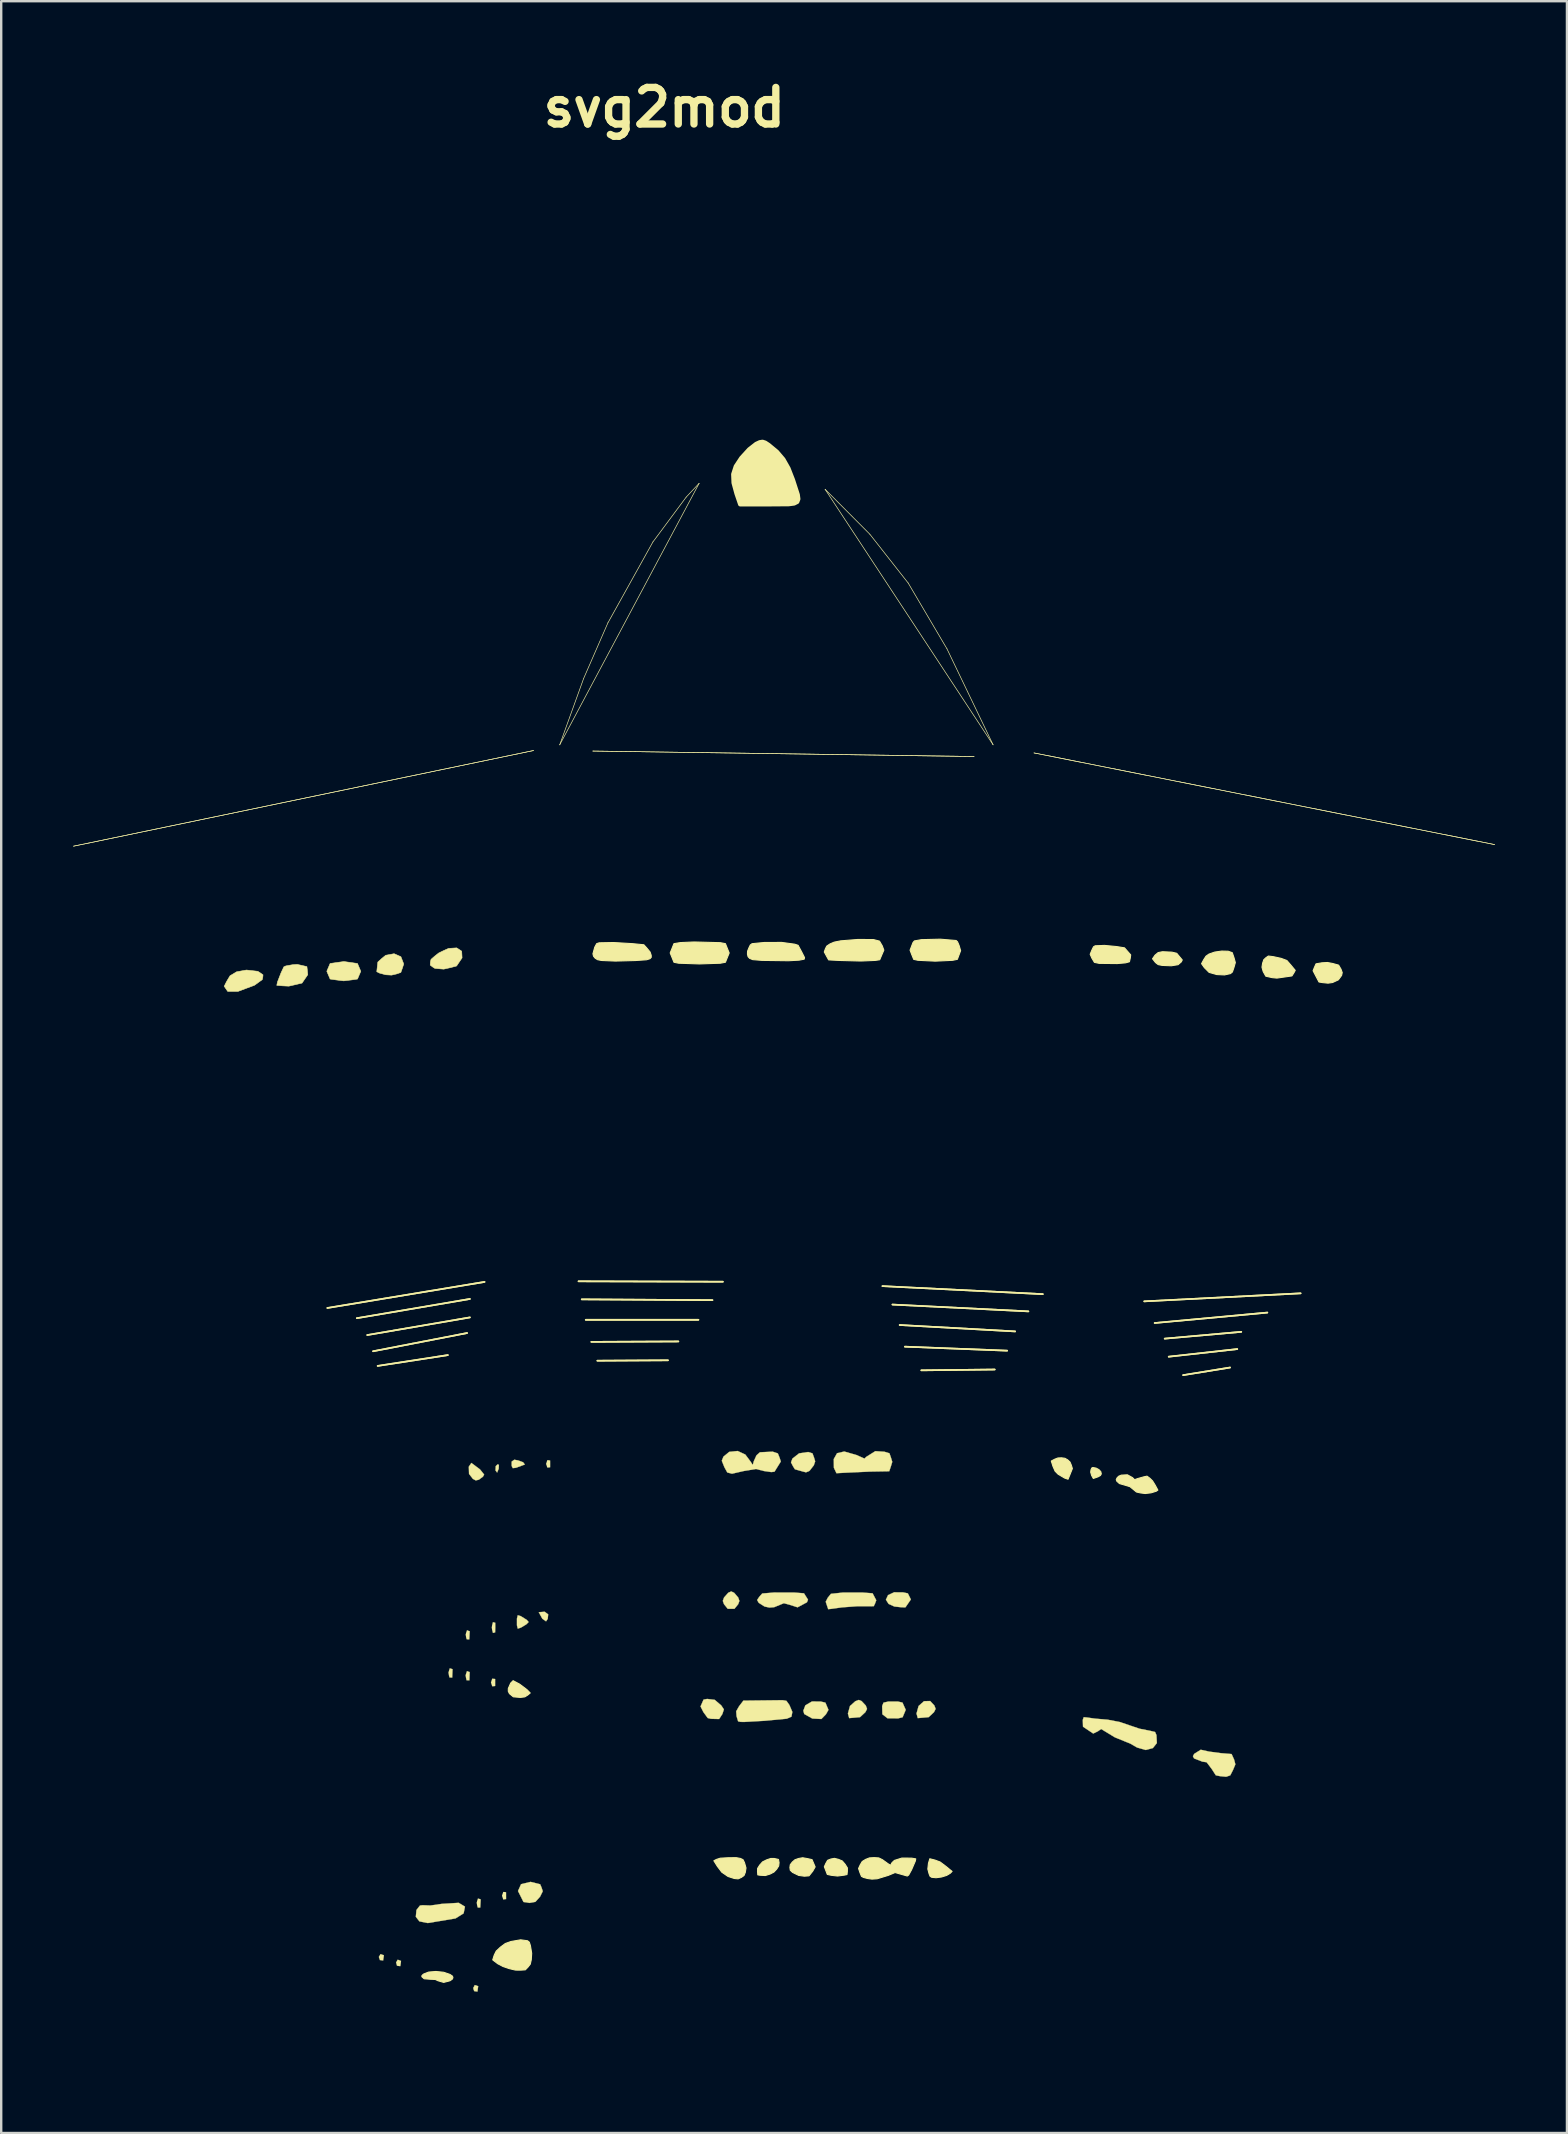
<source format=kicad_pcb>
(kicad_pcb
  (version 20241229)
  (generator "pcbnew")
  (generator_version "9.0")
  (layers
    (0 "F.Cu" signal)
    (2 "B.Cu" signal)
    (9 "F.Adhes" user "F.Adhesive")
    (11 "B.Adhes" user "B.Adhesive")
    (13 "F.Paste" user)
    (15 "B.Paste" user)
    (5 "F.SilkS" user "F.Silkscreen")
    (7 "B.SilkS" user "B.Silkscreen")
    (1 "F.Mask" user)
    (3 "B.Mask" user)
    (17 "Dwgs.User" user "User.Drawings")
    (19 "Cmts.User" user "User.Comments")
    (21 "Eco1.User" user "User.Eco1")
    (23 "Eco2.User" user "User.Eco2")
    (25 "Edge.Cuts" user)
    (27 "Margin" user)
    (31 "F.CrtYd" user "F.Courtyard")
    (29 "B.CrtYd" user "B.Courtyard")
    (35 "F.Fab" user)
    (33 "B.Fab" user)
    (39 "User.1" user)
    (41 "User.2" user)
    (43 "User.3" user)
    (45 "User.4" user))
  (footprint "svg2mod"
    (layer "F.Cu")
    (at 24.629 43.647)
    (property "Reference" "svg2mod" (at 0 -42.22 0) (layer "F.SilkS") (effects (font (size 1.524 1.524) (thickness 0.305))))
    (attr smd)
    (fp_poly (pts (xy 0.195 31.013) (xy 0.141 30.903) (xy 11.995 30.558) (xy 12.196 30.535) (xy 12.196 29.825) (xy 12.122 28.516) (xy 11.609 25.307) (xy 2.487 25.085) (xy 0.656 25.033) (xy 0.431 25.009) (xy 0.431 27.92) (xy 0.431 30.831) (xy 0.963 30.804) (xy 6.644 30.679) (xy 6.644 30.679) (xy 11.995 30.558) (xy 0.141 30.903) (xy 0.113 30.533) (xy 0.101 27.926) (xy 0.101 24.934) (xy 0.218 24.824) (xy 0.335 24.714) (xy 6.013 24.844) (xy 10.345 24.956) (xy 11.777 25.027) (xy 11.861 25.116) (xy 11.935 25.338) (xy 12.168 26.666) (xy 12.458 28.676) (xy 12.512 29.328) (xy 12.527 29.937) (xy 12.511 30.577) (xy 12.479 30.695) (xy 12.419 30.767) (xy 12.268 30.827) (xy 11.633 30.871) (xy 6.842 30.988) (xy 1.028 31.101) (xy 0.334 31.081) (xy 0.238 31.053) (xy 0.195 31.013) (xy 0.195 31.013) (xy 0.195 31.013)) (stroke (width 0.002) (type solid)) (fill yes) (layer "F.Mask"))
    (fp_poly (pts (xy 3.951 19.788) (xy 1.058 19.437) (xy 1.465 19.442) (xy 3.809 19.506) (xy 6.455 19.545) (xy 9.067 19.464) (xy 9.067 19.464) (xy 9.067 19.464) (xy 10.998 19.375) (xy 10.991 18.798) (xy 10.893 17.527) (xy 10.751 16.088) (xy 10.611 15.008) (xy 10.585 14.854) (xy 6.175 14.854) (xy 1.765 14.854) (xy 1.69 15.04) (xy 1.309 16.257) (xy 1.049 17.207) (xy 0.97 17.839) (xy 0.962 18.383) (xy 0.998 18.914) (xy 1.058 19.437) (xy 3.951 19.788) (xy 1.48 19.726) (xy 1.094 19.707) (xy 0.971 19.675) (xy 0.883 19.616) (xy 0.779 19.385) (xy 0.717 18.946) (xy 0.679 18.384) (xy 0.688 17.82) (xy 0.769 17.167) (xy 1.051 16.143) (xy 1.427 14.974) (xy 1.547 14.728) (xy 1.657 14.62) (xy 2.834 14.583) (xy 6.19 14.571) (xy 10.631 14.571) (xy 10.751 14.677) (xy 10.821 14.763) (xy 10.874 14.932) (xy 11.012 15.904) (xy 11.234 18.255) (xy 11.295 19.341) (xy 11.276 19.506) (xy 11.223 19.581) (xy 11.137 19.639) (xy 10.675 19.681) (xy 6.479 19.829) (xy 3.951 19.788) (xy 3.951 19.788) (xy 3.951 19.788)) (stroke (width 0.002) (type solid)) (fill yes) (layer "F.Mask"))
    (fp_poly (pts (xy 1.106 24.094) (xy 0.693 23.545) (xy 0.812 23.656) (xy 1.187 23.815) (xy 2.302 23.858) (xy 4.652 23.875) (xy 9.668 23.829) (xy 9.668 23.829) (xy 11.562 23.757) (xy 11.707 23.736) (xy 11.579 22.85) (xy 11.342 21.557) (xy 11.214 21.169) (xy 11.057 20.872) (xy 10.869 20.583) (xy 9.914 20.554) (xy 1.884 20.455) (xy 1.517 20.457) (xy 1.235 20.736) (xy 0.976 21.04) (xy 0.812 21.443) (xy 0.691 21.922) (xy 0.618 22.532) (xy 0.558 23.217) (xy 0.618 23.412) (xy 0.693 23.545) (xy 1.106 24.094) (xy 0.848 24.008) (xy 0.639 23.886) (xy 0.475 23.724) (xy 0.353 23.52) (xy 0.272 23.296) (xy 0.261 23.134) (xy 0.339 22.414) (xy 0.412 21.858) (xy 0.53 21.374) (xy 0.698 20.942) (xy 0.994 20.586) (xy 1.224 20.369) (xy 1.431 20.228) (xy 1.634 20.155) (xy 1.849 20.139) (xy 7.637 20.236) (xy 10.978 20.309) (xy 11.297 20.715) (xy 11.478 21.041) (xy 11.613 21.426) (xy 11.868 22.833) (xy 11.977 23.66) (xy 11.973 23.819) (xy 11.938 23.905) (xy 11.843 23.992) (xy 11.712 24.039) (xy 9.781 24.115) (xy 6.285 24.155) (xy 2.85 24.151) (xy 1.106 24.094) (xy 1.106 24.094)) (stroke (width 0.002) (type solid)) (fill yes) (layer "F.Mask"))
    (fp_poly (pts (xy 17.784 12.847) (xy 17.389 12.7) (xy 16.904 11.916) (xy 17.04 12.103) (xy 17.309 12.335) (xy 17.655 12.501) (xy 18.065 12.596) (xy 18.527 12.616) (xy 18.893 12.578) (xy 19.178 12.492) (xy 19.178 12.492) (xy 19.395 12.376) (xy 19.546 12.241) (xy 19.633 12.083) (xy 19.661 11.896) (xy 19.636 11.689) (xy 19.554 11.491) (xy 19.406 11.282) (xy 19.181 11.048) (xy 18.609 10.581) (xy 17.844 10.126) (xy 17.381 9.879) (xy 17.292 9.992) (xy 17.007 10.494) (xy 16.845 10.875) (xy 16.79 11.232) (xy 16.786 11.508) (xy 16.822 11.727) (xy 16.904 11.916) (xy 17.389 12.7) (xy 17.059 12.499) (xy 16.797 12.247) (xy 16.608 11.949) (xy 16.531 11.73) (xy 16.494 11.49) (xy 16.537 10.963) (xy 16.727 10.409) (xy 17.056 9.865) (xy 17.221 9.682) (xy 17.391 9.624) (xy 17.635 9.694) (xy 18.022 9.895) (xy 18.677 10.29) (xy 19.208 10.682) (xy 19.601 11.059) (xy 19.841 11.408) (xy 19.909 11.612) (xy 19.942 11.84) (xy 19.937 12.057) (xy 19.892 12.223) (xy 19.779 12.387) (xy 19.619 12.546) (xy 19.238 12.782) (xy 18.916 12.862) (xy 18.515 12.901) (xy 18.113 12.898) (xy 17.784 12.847) (xy 17.784 12.847)) (stroke (width 0.002) (type solid)) (fill yes) (layer "F.Mask"))
    (fp_poly (pts (xy -13.185 39.151) (xy -14.215 38.856) (xy -11.723 38.854) (xy -9.544 38.837) (xy -8.498 38.763) (xy -8.498 38.763) (xy -8.498 38.763) (xy -7.846 38.666) (xy -7.726 38.612) (xy -7.641 38.525) (xy -7.53 38.359) (xy -7.484 38.195) (xy -7.504 38.012) (xy -7.588 37.788) (xy -7.752 37.524) (xy -7.986 37.302) (xy -8.29 37.12) (xy -8.664 36.979) (xy -10.513 36.507) (xy -12.356 36.133) (xy -13.45 35.954) (xy -13.623 36.047) (xy -13.774 36.149) (xy -13.9 36.282) (xy -14.083 36.666) (xy -14.184 37.238) (xy -14.215 38.041) (xy -14.215 38.856) (xy -13.185 39.151) (xy -14.351 39.138) (xy -14.455 39.009) (xy -14.513 38.918) (xy -14.54 38.776) (xy -14.528 37.982) (xy -14.49 37.307) (xy -14.425 36.8) (xy -14.325 36.427) (xy -14.186 36.154) (xy -13.892 35.864) (xy -13.551 35.666) (xy -13.084 35.705) (xy -12.124 35.869) (xy -9.845 36.359) (xy -8.385 36.755) (xy -8.06 36.898) (xy -7.783 37.08) (xy -7.494 37.329) (xy -7.3 37.668) (xy -7.165 38.006) (xy -7.18 38.24) (xy -7.308 38.575) (xy -7.524 38.851) (xy -7.616 38.913) (xy -7.776 38.962) (xy -8.555 39.074) (xy -9.178 39.141) (xy -9.881 39.172) (xy -13.185 39.151) (xy -13.185 39.151) (xy -13.185 39.151)) (stroke (width 0.002) (type solid)) (fill yes) (layer "F.Mask"))
    (fp_poly (pts (xy -12.439 32.845) (xy -9.868 32.153) (xy -4.69 30.905) (xy -4.641 28.01) (xy -4.609 25.131) (xy -6.188 24.739) (xy -9.183 24.048) (xy -10.443 23.797) (xy -10.659 23.786) (xy -10.795 23.825) (xy -11.02 23.942) (xy -11.208 24.105) (xy -11.371 24.328) (xy -11.523 24.624) (xy -11.764 25.375) (xy -12.184 27.162) (xy -12.818 30.153) (xy -12.907 30.874) (xy -12.907 31.462) (xy -12.878 32.123) (xy -12.694 32.289) (xy -12.359 32.512) (xy -12.091 32.552) (xy -11.695 32.539) (xy -11.245 32.48) (xy -10.813 32.381) (xy -10.813 32.381) (xy -9.868 32.153) (xy -12.439 32.845) (xy -12.711 32.714) (xy -12.966 32.506) (xy -13.214 32.265) (xy -13.248 31.516) (xy -13.258 30.789) (xy -13.176 30.146) (xy -12.07 25.083) (xy -11.802 24.39) (xy -11.634 24.075) (xy -11.482 23.861) (xy -11.055 23.564) (xy -10.811 23.451) (xy -10.629 23.406) (xy -8.724 23.792) (xy -5.947 24.441) (xy -4.718 24.771) (xy -4.467 24.862) (xy -4.359 24.935) (xy -4.302 25.046) (xy -4.275 25.396) (xy -4.281 27.924) (xy -4.346 30.977) (xy -4.404 31.115) (xy -4.481 31.201) (xy -6.805 31.793) (xy -9.727 32.48) (xy -10.79 32.736) (xy -11.522 32.878) (xy -12.018 32.925) (xy -12.439 32.845) (xy -12.439 32.845)) (stroke (width 0.002) (type solid)) (fill yes) (layer "F.Mask"))
    (fp_poly (pts (xy 18.113 30.382) (xy 17.674 29.437) (xy 17.878 29.724) (xy 18.173 29.941) (xy 18.529 30.06) (xy 18.922 30.077) (xy 19.33 29.987) (xy 19.33 29.987) (xy 19.766 29.747) (xy 20.116 29.399) (xy 20.3 29.031) (xy 20.351 28.645) (xy 20.267 28.257) (xy 20.051 27.885) (xy 19.813 27.64) (xy 19.505 27.455) (xy 19.068 27.303) (xy 18.443 27.157) (xy 17.753 27.031) (xy 17.625 27.04) (xy 17.528 27.089) (xy 17.37 27.209) (xy 17.271 27.355) (xy 17.219 27.552) (xy 17.204 27.825) (xy 17.244 28.251) (xy 17.443 28.865) (xy 17.674 29.437) (xy 18.113 30.382) (xy 17.857 30.236) (xy 17.592 30.021) (xy 17.432 29.859) (xy 17.319 29.693) (xy 17.048 29.005) (xy 16.816 28.292) (xy 16.778 27.797) (xy 16.8 27.384) (xy 16.913 27.136) (xy 17.132 26.858) (xy 17.426 26.667) (xy 17.624 26.565) (xy 18.464 26.734) (xy 19.235 26.915) (xy 19.772 27.121) (xy 20.169 27.401) (xy 20.521 27.805) (xy 20.667 28.066) (xy 20.752 28.371) (xy 20.773 28.702) (xy 20.728 29.042) (xy 20.562 29.471) (xy 20.284 29.851) (xy 19.91 30.164) (xy 19.458 30.392) (xy 19.139 30.469) (xy 18.777 30.493) (xy 18.419 30.464) (xy 18.113 30.382) (xy 18.113 30.382) (xy 18.113 30.382)) (stroke (width 0.002) (type solid)) (fill yes) (layer "F.Mask"))
    (fp_poly (pts (xy -3.034 -8.26) (xy -3.501 -8.692) (xy -2.967 -8.578) (xy -2.475 -8.516) (xy -1.355 -8.486) (xy 5.085 -8.497) (xy 10.615 -8.539) (xy 12.667 -8.595) (xy 12.667 -8.595) (xy 12.713 -8.942) (xy 12.73 -9.71) (xy 12.692 -10.753) (xy 12.548 -11.772) (xy 12.368 -12.819) (xy 11.85 -13.055) (xy 11.516 -13.165) (xy 11.117 -13.252) (xy 9.924 -13.367) (xy 7.861 -13.42) (xy 4.517 -13.433) (xy 1.437 -13.425) (xy -0.402 -13.378) (xy -1.568 -13.264) (xy -2.633 -13.052) (xy -3.579 -12.836) (xy -3.696 -11.916) (xy -3.775 -11.062) (xy -3.793 -10.351) (xy -3.75 -9.75) (xy -3.646 -9.225) (xy -3.501 -8.692) (xy -3.034 -8.26) (xy -3.515 -8.39) (xy -3.747 -8.523) (xy -3.88 -8.815) (xy -4.006 -9.302) (xy -4.099 -9.865) (xy -4.136 -10.387) (xy -4.043 -11.771) (xy -3.897 -12.942) (xy -3.827 -13.039) (xy -3.649 -13.131) (xy -2.766 -13.369) (xy -1.792 -13.567) (xy -0.706 -13.683) (xy 0.923 -13.745) (xy 3.523 -13.78) (xy 8.258 -13.764) (xy 9.883 -13.701) (xy 11.053 -13.602) (xy 11.535 -13.499) (xy 12.035 -13.331) (xy 12.44 -13.141) (xy 12.64 -12.972) (xy 12.745 -12.531) (xy 12.879 -11.74) (xy 13.074 -10.158) (xy 13.086 -9.542) (xy 13.049 -8.987) (xy 12.97 -8.557) (xy 12.857 -8.317) (xy 12.787 -8.28) (xy 12.611 -8.251) (xy 11.644 -8.211) (xy 5.151 -8.165) (xy -1.457 -8.155) (xy -2.536 -8.189) (xy -3.034 -8.26) (xy -3.034 -8.26)) (stroke (width 0.003) (type solid)) (fill yes) (layer "F.Mask"))
    (fp_poly (pts (xy 5.636 13.905) (xy 8.206 13.618) (xy 9.526 13.527) (xy 9.526 13.527) (xy 9.526 13.527) (xy 10.219 13.397) (xy 10.345 13.023) (xy 10.376 12.22) (xy 10.079 11.056) (xy 9.829 10.387) (xy 9.487 9.898) (xy 8.76 9.082) (xy 8.024 8.591) (xy 7.369 8.14) (xy 6.859 7.744) (xy 6.521 7.548) (xy 6.138 7.192) (xy 5.581 6.917) (xy 5.017 6.985) (xy 4.376 7.484) (xy 3.778 7.998) (xy 3.296 8.513) (xy 2.711 9.192) (xy 2.238 9.486) (xy 1.737 9.743) (xy 1.401 10.26) (xy 1.214 10.673) (xy 1.214 11.382) (xy 1.3 12.563) (xy 1.53 13.28) (xy 2.09 13.51) (xy 3.266 13.556) (xy 5.463 13.571) (xy 8.206 13.618) (xy 5.636 13.905) (xy 3.908 13.846) (xy 3.262 13.873) (xy 2.134 13.838) (xy 1.635 13.737) (xy 1.367 13.542) (xy 1.109 13.181) (xy 0.947 12.327) (xy 0.881 11.122) (xy 1.124 10.106) (xy 1.58 9.454) (xy 2.067 9.205) (xy 2.612 8.817) (xy 3.148 8.179) (xy 3.587 7.738) (xy 4.211 7.203) (xy 4.956 6.667) (xy 5.655 6.598) (xy 6.027 6.651) (xy 6.406 7.012) (xy 7.046 7.477) (xy 7.566 7.879) (xy 8.203 8.308) (xy 8.587 8.484) (xy 8.998 8.871) (xy 9.772 9.742) (xy 10.116 10.226) (xy 10.388 10.97) (xy 10.708 12.224) (xy 10.66 13.089) (xy 10.477 13.589) (xy 10.247 13.743) (xy 8.658 13.936) (xy 5.636 13.905) (xy 5.636 13.905) (xy 5.636 13.905)) (stroke (width 0.000472) (type solid)) (fill yes) (layer "F.Mask"))
    (fp_poly (pts (xy -10.391 21.131) (xy -10.813 20.56) (xy -10.645 20.689) (xy -10.427 20.818) (xy -10.181 20.886) (xy -9.879 20.897) (xy -9.491 20.853) (xy -9.491 20.853) (xy -9.491 20.853) (xy -8.711 20.669) (xy -7.837 20.478) (xy -6.448 20.239) (xy -5.559 20.052) (xy -5.037 19.854) (xy -4.604 19.609) (xy -4.458 19.466) (xy -4.345 19.282) (xy -4.183 18.706) (xy -4.038 17.713) (xy -3.959 16.963) (xy -3.946 16.4) (xy -4.001 15.952) (xy -4.129 15.546) (xy -4.288 15.213) (xy -4.366 15.15) (xy -4.482 15.109) (xy -4.827 15.074) (xy -5.61 15.114) (xy -8.215 15.28) (xy -9.96 15.417) (xy -10.072 15.736) (xy -10.26 16.497) (xy -10.673 18.503) (xy -10.784 19.261) (xy -10.813 19.927) (xy -10.813 20.56) (xy -10.391 21.131) (xy -10.792 20.909) (xy -11.026 20.733) (xy -11.06 20.05) (xy -11.069 19.362) (xy -10.975 18.658) (xy -10.552 16.572) (xy -10.333 15.653) (xy -10.203 15.227) (xy -10.095 15.173) (xy -9.753 15.124) (xy -7.635 14.972) (xy -4.956 14.812) (xy -4.537 14.824) (xy -4.317 14.886) (xy -4.179 14.945) (xy -4.087 15.02) (xy -3.893 15.399) (xy -3.73 15.845) (xy -3.689 16.4) (xy -3.714 17.159) (xy -3.805 18.061) (xy -3.934 18.874) (xy -4.069 19.366) (xy -4.205 19.583) (xy -4.383 19.769) (xy -4.62 19.936) (xy -4.931 20.099) (xy -5.52 20.321) (xy -6.612 20.539) (xy -8.026 20.785) (xy -8.711 20.95) (xy -9.238 21.081) (xy -9.698 21.155) (xy -10.085 21.172) (xy -10.391 21.131) (xy -10.391 21.131)) (stroke (width 0.002) (type solid)) (fill yes) (layer "F.Mask"))
    (fp_poly (pts (xy 23.346 26.004) (xy 16.692 23.948) (xy 21.78 25.321) (xy 23.41 25.673) (xy 24.386 25.857) (xy 24.58 25.706) (xy 24.58 25.706) (xy 24.718 25.541) (xy 24.811 25.367) (xy 24.851 25.102) (xy 24.838 24.745) (xy 24.777 24.339) (xy 24.672 23.926) (xy 24.433 23.052) (xy 24.197 22.178) (xy 23.96 21.201) (xy 23.681 20.025) (xy 23.523 19.606) (xy 23.337 19.248) (xy 23.103 18.913) (xy 22.964 18.823) (xy 22.773 18.782) (xy 22.108 18.836) (xy 20.869 19.058) (xy 19.666 19.301) (xy 18.75 19.542) (xy 17.969 19.827) (xy 17.171 20.203) (xy 16.406 20.595) (xy 16.304 21.007) (xy 16.236 21.394) (xy 16.236 21.808) (xy 16.312 22.336) (xy 16.471 23.067) (xy 16.692 23.948) (xy 23.346 26.004) (xy 21.6 25.614) (xy 18.267 24.732) (xy 16.889 24.343) (xy 16.442 24.165) (xy 16.321 23.842) (xy 16.16 23.219) (xy 15.917 21.927) (xy 15.89 21.423) (xy 15.977 20.943) (xy 16.139 20.405) (xy 16.921 19.955) (xy 17.764 19.549) (xy 18.612 19.236) (xy 19.609 18.972) (xy 20.902 18.71) (xy 22.278 18.471) (xy 22.805 18.445) (xy 23.074 18.486) (xy 23.248 18.562) (xy 23.396 18.725) (xy 23.589 19.026) (xy 23.806 19.421) (xy 23.977 19.846) (xy 24.125 20.366) (xy 24.271 21.044) (xy 24.525 22.107) (xy 24.763 23.004) (xy 24.999 23.855) (xy 25.111 24.293) (xy 25.181 24.753) (xy 25.203 25.186) (xy 25.135 25.467) (xy 25.002 25.704) (xy 24.803 25.941) (xy 24.592 26.12) (xy 24.424 26.189) (xy 23.346 26.004) (xy 23.346 26.004)) (stroke (width 0.002) (type solid)) (fill yes) (layer "F.Mask"))
    (fp_poly (pts (xy -19.335 -7.092) (xy -19.604 -7.499) (xy -19.203 -7.342) (xy -18.872 -7.241) (xy -18.478 -7.209) (xy -17.899 -7.243) (xy -17.014 -7.346) (xy -17.014 -7.346) (xy -17.014 -7.346) (xy -12.154 -7.789) (xy -7.967 -8.158) (xy -7.883 -8.201) (xy -7.842 -8.392) (xy -7.841 -9.842) (xy -7.86 -11.496) (xy -8.094 -12.002) (xy -8.233 -12.289) (xy -8.345 -12.458) (xy -8.48 -12.561) (xy -8.687 -12.652) (xy -9.029 -12.764) (xy -9.422 -12.847) (xy -10.409 -12.925) (xy -11.745 -12.887) (xy -13.524 -12.735) (xy -15.073 -12.553) (xy -16.224 -12.349) (xy -17.149 -12.085) (xy -18.019 -11.724) (xy -18.881 -11.318) (xy -19.122 -10.906) (xy -19.399 -10.285) (xy -19.586 -9.553) (xy -19.673 -8.761) (xy -19.651 -7.961) (xy -19.604 -7.499) (xy -19.335 -7.092) (xy -19.69 -7.249) (xy -19.797 -7.332) (xy -19.868 -7.441) (xy -19.928 -7.813) (xy -19.932 -8.507) (xy -19.903 -9.325) (xy -19.807 -9.973) (xy -19.629 -10.53) (xy -19.347 -11.08) (xy -19.07 -11.55) (xy -18.168 -11.97) (xy -17.224 -12.356) (xy -16.222 -12.641) (xy -15.015 -12.856) (xy -13.457 -13.037) (xy -11.766 -13.171) (xy -10.417 -13.184) (xy -9.293 -13.133) (xy -9.001 -13.073) (xy -8.713 -12.968) (xy -8.159 -12.712) (xy -8.008 -12.492) (xy -7.829 -12.106) (xy -7.672 -11.674) (xy -7.588 -11.322) (xy -7.532 -9.5) (xy -7.538 -8.266) (xy -7.57 -8.045) (xy -7.629 -7.957) (xy -7.862 -7.886) (xy -8.261 -7.833) (xy -12.188 -7.494) (xy -16.23 -7.149) (xy -17.399 -7.012) (xy -17.974 -6.938) (xy -18.49 -6.927) (xy -18.944 -6.978) (xy -19.335 -7.092) (xy -19.335 -7.092)) (stroke (width 0.003) (type solid)) (fill yes) (layer "F.Mask"))
    (fp_poly (pts (xy 21.976 38.93) (xy 19.949 38.314) (xy 20.325 38.412) (xy 22.189 38.593) (xy 23.243 38.661) (xy 24.114 38.678) (xy 24.894 38.64) (xy 25.678 38.547) (xy 25.678 38.547) (xy 26.45 38.413) (xy 26.58 38.022) (xy 26.686 37.654) (xy 26.579 37.157) (xy 26.352 36.343) (xy 26.109 35.54) (xy 25.798 34.462) (xy 25.444 33.21) (xy 25.036 31.887) (xy 24.767 31.245) (xy 24.394 30.682) (xy 23.982 30.123) (xy 23.057 30.341) (xy 21.06 30.884) (xy 19.052 31.458) (xy 18.089 31.766) (xy 18.01 32.375) (xy 17.992 32.963) (xy 18.078 33.6) (xy 18.455 35.36) (xy 18.812 36.905) (xy 18.931 37.323) (xy 19.103 37.659) (xy 19.342 37.932) (xy 19.661 38.164) (xy 19.949 38.314) (xy 21.976 38.93) (xy 20.836 38.829) (xy 20.179 38.743) (xy 19.796 38.634) (xy 19.477 38.462) (xy 19.105 38.197) (xy 18.828 37.841) (xy 18.603 37.448) (xy 18.478 37.013) (xy 18.102 35.383) (xy 17.842 34.24) (xy 17.699 33.46) (xy 17.648 32.872) (xy 17.665 32.302) (xy 17.719 31.731) (xy 17.8 31.532) (xy 18.771 31.191) (xy 20.779 30.598) (xy 22.831 30.035) (xy 23.934 29.784) (xy 24.066 29.801) (xy 24.193 29.885) (xy 24.643 30.443) (xy 25.062 31.054) (xy 25.337 31.7) (xy 25.78 33.113) (xy 26.222 34.665) (xy 26.464 35.534) (xy 26.675 36.228) (xy 26.941 37.173) (xy 27.009 37.545) (xy 27.014 37.758) (xy 26.791 38.479) (xy 26.715 38.645) (xy 26.649 38.717) (xy 25.811 38.88) (xy 24.959 38.978) (xy 24.069 39.019) (xy 23.091 39.003) (xy 21.976 38.93) (xy 21.976 38.93)) (stroke (width 0.002) (type solid)) (fill yes) (layer "F.Mask"))
    (fp_poly (pts (xy -9.443 14.241) (xy -6.89 13.816) (xy -5.685 13.745) (xy -5.117 13.644) (xy -4.537 13.404) (xy -3.953 13.133) (xy -3.706 12.635) (xy -3.491 12.141) (xy -3.375 11.657) (xy -3.316 11.175) (xy -3.374 10.684) (xy -3.454 10.191) (xy -4.129 9.164) (xy -4.786 8.21) (xy -5.019 7.965) (xy -5.338 7.692) (xy -5.812 7.324) (xy -5.941 7.262) (xy -6.053 7.248) (xy -6.336 7.299) (xy -6.6 7.452) (xy -6.842 7.704) (xy -7.058 8.051) (xy -7.412 8.499) (xy -8.352 9.62) (xy -9.183 10.744) (xy -9.448 11.25) (xy -9.67 11.841) (xy -9.829 12.451) (xy -9.904 13.013) (xy -9.904 13.431) (xy -9.792 13.684) (xy -9.642 13.878) (xy -9.398 13.922) (xy -9.113 13.947) (xy -8.309 13.886) (xy -8.309 13.886) (xy -8.309 13.886) (xy -6.89 13.816) (xy -9.443 14.241) (xy -9.824 14.176) (xy -10.072 13.845) (xy -10.222 13.528) (xy -10.246 13.121) (xy -10.205 12.627) (xy -10.006 11.873) (xy -9.761 11.121) (xy -9.498 10.626) (xy -8.521 9.316) (xy -7.609 8.233) (xy -7.346 7.885) (xy -7.16 7.569) (xy -6.985 7.34) (xy -6.8 7.176) (xy -6.582 7.054) (xy -6.29 6.949) (xy -6.021 6.917) (xy -5.762 6.917) (xy -5.162 7.414) (xy -4.562 7.912) (xy -3.845 9.002) (xy -3.127 10.091) (xy -3.042 10.645) (xy -2.981 11.2) (xy -3.062 11.765) (xy -3.195 12.323) (xy -3.437 12.849) (xy -3.707 13.366) (xy -4.319 13.667) (xy -4.818 13.889) (xy -5.294 14.021) (xy -5.927 14.095) (xy -6.892 14.144) (xy -8.546 14.237) (xy -9.089 14.278) (xy -9.443 14.241) (xy -9.443 14.241)) (stroke (width 0.002) (type solid)) (fill yes) (layer "F.Mask"))
    (fp_poly (pts (xy 12.039 38.686) (xy 12.939 38.422) (xy 13.093 38.362) (xy 13.18 38.277) (xy 13.355 37.675) (xy 13.405 37.223) (xy 13.374 36.454) (xy 13.021 33.379) (xy 12.894 32.55) (xy 12.729 32.141) (xy 12.569 31.89) (xy 12.435 31.773) (xy 10.737 31.732) (xy 6.211 31.7) (xy 0.108 31.673) (xy 0.082 31.922) (xy -0.089 36.09) (xy -0.054 36.626) (xy 0.062 37.318) (xy 0.214 37.986) (xy 0.279 38.119) (xy 0.369 38.211) (xy 0.538 38.321) (xy 0.717 38.368) (xy 0.917 38.351) (xy 1.145 38.272) (xy 1.383 38.124) (xy 1.608 37.905) (xy 1.806 37.631) (xy 1.961 37.32) (xy 2.075 37.037) (xy 3.013 36.999) (xy 7.548 36.987) (xy 11.471 37.029) (xy 11.516 37.348) (xy 11.578 37.655) (xy 11.736 37.973) (xy 11.943 38.264) (xy 12.215 38.429) (xy 12.399 38.508) (xy 12.54 38.533) (xy 12.939 38.422) (xy 12.939 38.422) (xy 12.939 38.422) (xy 12.039 38.686) (xy 11.733 38.489) (xy 11.488 38.162) (xy 11.307 37.837) (xy 11.227 37.581) (xy 11.197 37.358) (xy 10.74 37.327) (xy 6.299 37.297) (xy 2.316 37.297) (xy 2.206 37.545) (xy 1.907 38.023) (xy 1.567 38.416) (xy 1.175 38.601) (xy 0.867 38.702) (xy 0.614 38.674) (xy 0.377 38.585) (xy 0.149 38.432) (xy -0.074 38.245) (xy -0.223 37.499) (xy -0.349 36.719) (xy -0.372 35.785) (xy -0.306 33.409) (xy -0.205 31.593) (xy -0.082 31.435) (xy 1.395 31.395) (xy 6.189 31.387) (xy 12.361 31.393) (xy 12.574 31.498) (xy 12.785 31.653) (xy 12.992 31.975) (xy 13.174 32.365) (xy 13.266 32.825) (xy 13.531 34.939) (xy 13.708 36.672) (xy 13.73 37.326) (xy 13.632 37.877) (xy 13.449 38.503) (xy 13.302 38.605) (xy 13.031 38.722) (xy 12.732 38.817) (xy 12.503 38.854) (xy 12.039 38.686) (xy 12.039 38.686)) (stroke (width 0.002) (type solid)) (fill yes) (layer "F.Mask"))
    (fp_poly (pts (xy 25.23 -7.525) (xy 18.106 -8.454) (xy 19.013 -8.35) (xy 20.887 -8.187) (xy 24.95 -7.895) (xy 28.309 -7.73) (xy 28.791 -7.748) (xy 28.908 -7.799) (xy 29.01 -7.892) (xy 29.01 -7.892) (xy 29.094 -8) (xy 29.147 -8.128) (xy 29.195 -8.585) (xy 29.183 -9.105) (xy 29.112 -9.623) (xy 29.037 -10.174) (xy 29.005 -10.772) (xy 28.986 -11.255) (xy 28.939 -11.528) (xy 28.775 -11.691) (xy 28.482 -11.868) (xy 28.125 -12.026) (xy 27.769 -12.131) (xy 26.826 -12.369) (xy 25.945 -12.557) (xy 24.588 -12.79) (xy 22.849 -13.023) (xy 20.911 -13.103) (xy 19.497 -13.123) (xy 18.626 -13.083) (xy 18.081 -12.958) (xy 17.648 -12.722) (xy 17.287 -12.42) (xy 17.173 -12.249) (xy 17.099 -12.042) (xy 17.052 -11.462) (xy 17.117 -10.555) (xy 17.2 -9.871) (xy 17.298 -9.383) (xy 17.428 -9.033) (xy 17.606 -8.76) (xy 17.769 -8.568) (xy 17.891 -8.505) (xy 18.106 -8.454) (xy 25.23 -7.525) (xy 20.72 -7.853) (xy 18.66 -8.038) (xy 17.713 -8.154) (xy 17.335 -8.543) (xy 17.123 -8.864) (xy 16.971 -9.247) (xy 16.862 -9.748) (xy 16.78 -10.426) (xy 16.713 -11.446) (xy 16.763 -12.118) (xy 16.84 -12.362) (xy 16.957 -12.567) (xy 17.117 -12.746) (xy 17.323 -12.917) (xy 17.824 -13.24) (xy 18.086 -13.341) (xy 18.401 -13.408) (xy 19.334 -13.462) (xy 20.9 -13.443) (xy 22.944 -13.367) (xy 24.685 -13.132) (xy 26.001 -12.905) (xy 26.806 -12.733) (xy 27.734 -12.498) (xy 28.209 -12.357) (xy 28.667 -12.161) (xy 29.036 -11.926) (xy 29.255 -11.66) (xy 29.352 -11.309) (xy 29.355 -10.817) (xy 29.358 -10.287) (xy 29.427 -9.782) (xy 29.561 -8.987) (xy 29.571 -8.403) (xy 29.527 -8.17) (xy 29.45 -7.964) (xy 29.189 -7.603) (xy 28.979 -7.386) (xy 28.207 -7.396) (xy 25.23 -7.525) (xy 25.23 -7.525) (xy 25.23 -7.525)) (stroke (width 0.003) (type solid)) (fill yes) (layer "F.Mask"))
    (fp_line (start -24.616 -11.442) (end -5.447 -15.428) (stroke (width 0.026) (type solid)) (layer "F.SilkS"))
    (fp_line (start -14.04 7.798) (end -7.492 6.712) (stroke (width 0.07) (type solid)) (layer "F.SilkS"))
    (fp_line (start -12.813 8.224) (end -8.102 7.422) (stroke (width 0.07) (type solid)) (layer "F.SilkS"))
    (fp_line (start -12.378 8.926) (end -8.102 8.191) (stroke (width 0.07) (type solid)) (layer "F.SilkS"))
    (fp_line (start -12.136 9.602) (end -8.219 8.842) (stroke (width 0.07) (type solid)) (layer "F.SilkS"))
    (fp_line (start -11.944 10.212) (end -9.021 9.761) (stroke (width 0.07) (type solid)) (layer "F.SilkS"))
    (fp_line (start -9.021 9.761) (end -11.944 10.212) (stroke (width 0.07) (type solid)) (layer "F.SilkS"))
    (fp_line (start -8.219 8.842) (end -12.136 9.602) (stroke (width 0.07) (type solid)) (layer "F.SilkS"))
    (fp_line (start -8.102 7.422) (end -12.813 8.224) (stroke (width 0.07) (type solid)) (layer "F.SilkS"))
    (fp_line (start -8.102 8.191) (end -12.378 8.926) (stroke (width 0.07) (type solid)) (layer "F.SilkS"))
    (fp_line (start -7.492 6.712) (end -14.04 7.798) (stroke (width 0.07) (type solid)) (layer "F.SilkS"))
    (fp_line (start -5.447 -15.428) (end -24.616 -11.442) (stroke (width 0.026) (type solid)) (layer "F.SilkS"))
    (fp_line (start -4.36 -15.663) (end -3.361 -18.433) (stroke (width 0.026) (type solid)) (layer "F.SilkS"))
    (fp_line (start -3.575 6.687) (end 2.438 6.704) (stroke (width 0.07) (type solid)) (layer "F.SilkS"))
    (fp_line (start -3.442 7.439) (end 2.004 7.472) (stroke (width 0.07) (type solid)) (layer "F.SilkS"))
    (fp_line (start -3.361 -18.433) (end -2.351 -20.747) (stroke (width 0.026) (type solid)) (layer "F.SilkS"))
    (fp_line (start -3.275 8.291) (end 1.419 8.291) (stroke (width 0.07) (type solid)) (layer "F.SilkS"))
    (fp_line (start -3.041 9.21) (end 0.584 9.193) (stroke (width 0.07) (type solid)) (layer "F.SilkS"))
    (fp_line (start -2.979 -15.405) (end 12.904 -15.177) (stroke (width 0.026) (type solid)) (layer "F.SilkS"))
    (fp_line (start -2.79 9.995) (end 0.15 9.978) (stroke (width 0.07) (type solid)) (layer "F.SilkS"))
    (fp_line (start -2.351 -20.747) (end -0.476 -24.118) (stroke (width 0.026) (type solid)) (layer "F.SilkS"))
    (fp_line (start -0.476 -24.118) (end 0.91 -25.985) (stroke (width 0.026) (type solid)) (layer "F.SilkS"))
    (fp_line (start 0.15 9.978) (end -2.79 9.995) (stroke (width 0.07) (type solid)) (layer "F.SilkS"))
    (fp_line (start 0.584 9.193) (end -3.041 9.21) (stroke (width 0.07) (type solid)) (layer "F.SilkS"))
    (fp_line (start 0.91 -25.985) (end 1.45 -26.561) (stroke (width 0.026) (type solid)) (layer "F.SilkS"))
    (fp_line (start 1.419 8.291) (end -3.275 8.291) (stroke (width 0.07) (type solid)) (layer "F.SilkS"))
    (fp_line (start 1.45 -26.561) (end -4.36 -15.663) (stroke (width 0.026) (type solid)) (layer "F.SilkS"))
    (fp_line (start 2.004 7.472) (end -3.442 7.439) (stroke (width 0.07) (type solid)) (layer "F.SilkS"))
    (fp_line (start 2.438 6.704) (end -3.575 6.687) (stroke (width 0.07) (type solid)) (layer "F.SilkS"))
    (fp_line (start 6.697 -26.313) (end 13.698 -15.664) (stroke (width 0.026) (type solid)) (layer "F.SilkS"))
    (fp_line (start 8.563 -24.438) (end 6.697 -26.313) (stroke (width 0.026) (type solid)) (layer "F.SilkS"))
    (fp_line (start 9.087 6.888) (end 15.768 7.222) (stroke (width 0.07) (type solid)) (layer "F.SilkS"))
    (fp_line (start 9.504 7.656) (end 15.167 7.94) (stroke (width 0.07) (type solid)) (layer "F.SilkS"))
    (fp_line (start 9.805 8.508) (end 14.616 8.775) (stroke (width 0.07) (type solid)) (layer "F.SilkS"))
    (fp_line (start 10.022 9.41) (end 14.282 9.577) (stroke (width 0.07) (type solid)) (layer "F.SilkS"))
    (fp_line (start 10.159 -22.406) (end 8.563 -24.438) (stroke (width 0.026) (type solid)) (layer "F.SilkS"))
    (fp_line (start 10.707 10.396) (end 13.764 10.362) (stroke (width 0.07) (type solid)) (layer "F.SilkS"))
    (fp_line (start 11.775 -19.665) (end 10.159 -22.406) (stroke (width 0.026) (type solid)) (layer "F.SilkS"))
    (fp_line (start 12.904 -15.177) (end -2.979 -15.405) (stroke (width 0.026) (type solid)) (layer "F.SilkS"))
    (fp_line (start 13.698 -15.664) (end 11.775 -19.665) (stroke (width 0.026) (type solid)) (layer "F.SilkS"))
    (fp_line (start 13.764 10.362) (end 10.707 10.396) (stroke (width 0.07) (type solid)) (layer "F.SilkS"))
    (fp_line (start 14.282 9.577) (end 10.022 9.41) (stroke (width 0.07) (type solid)) (layer "F.SilkS"))
    (fp_line (start 14.616 8.775) (end 9.805 8.508) (stroke (width 0.07) (type solid)) (layer "F.SilkS"))
    (fp_line (start 15.167 7.94) (end 9.504 7.656) (stroke (width 0.07) (type solid)) (layer "F.SilkS"))
    (fp_line (start 15.402 -15.327) (end 34.593 -11.508) (stroke (width 0.026) (type solid)) (layer "F.SilkS"))
    (fp_line (start 15.768 7.222) (end 9.087 6.888) (stroke (width 0.07) (type solid)) (layer "F.SilkS"))
    (fp_line (start 19.995 7.522) (end 26.509 7.188) (stroke (width 0.07) (type solid)) (layer "F.SilkS"))
    (fp_line (start 20.429 8.424) (end 25.123 7.99) (stroke (width 0.07) (type solid)) (layer "F.SilkS"))
    (fp_line (start 20.847 9.076) (end 24.037 8.792) (stroke (width 0.07) (type solid)) (layer "F.SilkS"))
    (fp_line (start 21.014 9.828) (end 23.87 9.51) (stroke (width 0.07) (type solid)) (layer "F.SilkS"))
    (fp_line (start 21.615 10.596) (end 23.569 10.279) (stroke (width 0.07) (type solid)) (layer "F.SilkS"))
    (fp_line (start 23.569 10.279) (end 21.615 10.596) (stroke (width 0.07) (type solid)) (layer "F.SilkS"))
    (fp_line (start 23.87 9.51) (end 21.014 9.828) (stroke (width 0.07) (type solid)) (layer "F.SilkS"))
    (fp_line (start 24.037 8.792) (end 20.847 9.076) (stroke (width 0.07) (type solid)) (layer "F.SilkS"))
    (fp_line (start 25.123 7.99) (end 20.429 8.424) (stroke (width 0.07) (type solid)) (layer "F.SilkS"))
    (fp_line (start 26.509 7.188) (end 19.995 7.522) (stroke (width 0.07) (type solid)) (layer "F.SilkS"))
    (fp_line (start 34.593 -11.508) (end 15.402 -15.327) (stroke (width 0.026) (type solid)) (layer "F.SilkS"))
    (fp_poly (pts (xy -7.034 14.566) (xy -7.024 14.387) (xy -6.948 14.315) (xy -6.894 14.333) (xy -6.902 14.496) (xy -6.967 14.655) (xy -7.034 14.566) (xy -7.034 14.566)) (stroke (width 0.012) (type solid)) (fill yes) (layer "F.SilkS"))
    (fp_poly (pts (xy -5.083 20.746) (xy -5.232 20.474) (xy -4.985 20.455) (xy -4.84 20.565) (xy -4.859 20.751) (xy -4.929 20.854) (xy -5.083 20.746) (xy -5.083 20.746)) (stroke (width 0.012) (type solid)) (fill yes) (layer "F.SilkS"))
    (fp_poly (pts (xy -6.36 14.38) (xy -6.361 14.199) (xy -6.251 14.121) (xy -6.093 14.149) (xy -5.884 14.226) (xy -5.813 14.32) (xy -6.179 14.455) (xy -6.314 14.471) (xy -6.36 14.38)) (stroke (width 0.012) (type solid)) (fill yes) (layer "F.SilkS"))
    (fp_poly (pts (xy -7.803 36.273) (xy -7.866 36.264) (xy -7.921 36.259) (xy -7.939 36.203) (xy -7.958 36.13) (xy -7.895 36.011) (xy -7.758 36.056) (xy -7.79 36.276) (xy -7.803 36.273) (xy -7.803 36.273)) (stroke (width 0.016) (type solid)) (fill yes) (layer "F.SilkS"))
    (fp_poly (pts (xy -7.172 21.229) (xy -7.195 21.112) (xy -7.149 20.886) (xy -7.093 20.896) (xy -7.037 20.908) (xy -7.036 21.112) (xy -7.041 21.318) (xy -7.148 21.34) (xy -7.172 21.229) (xy -7.172 21.229)) (stroke (width 0.001) (type solid)) (fill yes) (layer "F.SilkS"))
    (fp_poly (pts (xy -6.141 21.018) (xy -6.141 20.74) (xy -6.106 20.6) (xy -5.984 20.636) (xy -5.732 20.793) (xy -5.654 20.883) (xy -5.751 20.98) (xy -5.977 21.116) (xy -6.106 21.157) (xy -6.141 21.018)) (stroke (width 0.012) (type solid)) (fill yes) (layer "F.SilkS"))
    (fp_poly (pts (xy -11.785 34.979) (xy -11.853 34.968) (xy -11.876 34.9) (xy -11.896 34.834) (xy -11.861 34.775) (xy -11.824 34.716) (xy -11.683 34.764) (xy -11.711 34.981) (xy -11.716 34.987) (xy -11.785 34.979) (xy -11.785 34.979)) (stroke (width 0.006) (type solid)) (fill yes) (layer "F.SilkS"))
    (fp_poly (pts (xy -11.077 35.213) (xy -11.139 35.204) (xy -11.16 35.137) (xy -11.178 35.065) (xy -11.111 34.949) (xy -10.97 34.999) (xy -10.982 35.11) (xy -10.996 35.219) (xy -11.006 35.22) (xy -11.077 35.213) (xy -11.077 35.213)) (stroke (width 0.006) (type solid)) (fill yes) (layer "F.SilkS"))
    (fp_poly (pts (xy -7.977 14.918) (xy -8.137 14.711) (xy -8.146 14.41) (xy -8.04 14.254) (xy -7.68 14.524) (xy -7.508 14.738) (xy -7.557 14.826) (xy -7.726 14.951) (xy -7.856 14.983) (xy -7.977 14.918) (xy -7.977 14.918)) (stroke (width 0.012) (type solid)) (fill yes) (layer "F.SilkS"))
    (fp_poly (pts (xy 10.559 24.886) (xy 10.506 24.695) (xy 10.593 24.381) (xy 10.818 24.181) (xy 11.076 24.174) (xy 11.25 24.36) (xy 11.303 24.502) (xy 11.234 24.639) (xy 11.011 24.846) (xy 10.559 24.886) (xy 10.559 24.886)) (stroke (width 0.012) (type solid)) (fill yes) (layer "F.SilkS"))
    (fp_poly (pts (xy -8.214 23.313) (xy -8.242 23.311) (xy -8.262 23.21) (xy -8.283 23.109) (xy -8.255 23.019) (xy -8.225 22.926) (xy -8.108 22.966) (xy -8.118 23.278) (xy -8.12 23.316) (xy -8.153 23.315) (xy -8.214 23.313) (xy -8.214 23.313)) (stroke (width 0.006) (type solid)) (fill yes) (layer "F.SilkS"))
    (fp_poly (pts (xy -4.879 14.449) (xy -4.904 14.369) (xy -4.928 14.295) (xy -4.904 14.218) (xy -4.877 14.137) (xy -4.814 14.141) (xy -4.753 14.15) (xy -4.752 14.295) (xy -4.753 14.44) (xy -4.802 14.447) (xy -4.879 14.449) (xy -4.879 14.449)) (stroke (width 0.002) (type solid)) (fill yes) (layer "F.SilkS"))
    (fp_poly (pts (xy 7.701 24.886) (xy 7.648 24.695) (xy 7.735 24.381) (xy 7.959 24.181) (xy 8.097 24.129) (xy 8.218 24.175) (xy 8.392 24.361) (xy 8.445 24.502) (xy 8.376 24.639) (xy 8.152 24.846) (xy 7.701 24.886) (xy 7.701 24.886)) (stroke (width 0.012) (type solid)) (fill yes) (layer "F.SilkS"))
    (fp_poly (pts (xy -8.953 23.194) (xy -8.977 23.094) (xy -8.996 22.992) (xy -8.941 22.809) (xy -8.88 22.826) (xy -8.822 22.847) (xy -8.822 22.865) (xy -8.828 23.032) (xy -8.834 23.189) (xy -8.834 23.197) (xy -8.891 23.197) (xy -8.953 23.194) (xy -8.953 23.194)) (stroke (width 0.006) (type solid)) (fill yes) (layer "F.SilkS"))
    (fp_poly (pts (xy -8.241 21.607) (xy -8.282 21.407) (xy -8.228 21.229) (xy -8.225 21.22) (xy -8.166 21.241) (xy -8.107 21.262) (xy -8.107 21.281) (xy -8.113 21.449) (xy -8.119 21.605) (xy -8.119 21.612) (xy -8.18 21.612) (xy -8.241 21.606) (xy -8.241 21.607)) (stroke (width 0.001) (type solid)) (fill yes) (layer "F.SilkS"))
    (fp_poly (pts (xy -7.781 32.782) (xy -7.802 32.68) (xy -7.823 32.58) (xy -7.796 32.488) (xy -7.768 32.395) (xy -7.707 32.414) (xy -7.648 32.435) (xy -7.649 32.463) (xy -7.656 32.638) (xy -7.662 32.785) (xy -7.721 32.785) (xy -7.781 32.782) (xy -7.781 32.782)) (stroke (width 0.001) (type solid)) (fill yes) (layer "F.SilkS"))
    (fp_poly (pts (xy -7.186 23.516) (xy -7.212 23.435) (xy -7.223 23.402) (xy -7.197 23.321) (xy -7.17 23.24) (xy -7.057 23.255) (xy -7.047 23.257) (xy -7.047 23.402) (xy -7.047 23.548) (xy -7.104 23.556) (xy -7.166 23.564) (xy -7.186 23.516) (xy -7.186 23.516)) (stroke (width 0.006) (type solid)) (fill yes) (layer "F.SilkS"))
    (fp_poly (pts (xy -6.714 32.445) (xy -6.74 32.363) (xy -6.765 32.286) (xy -6.74 32.207) (xy -6.712 32.125) (xy -6.65 32.131) (xy -6.59 32.14) (xy -6.589 32.285) (xy -6.588 32.43) (xy -6.595 32.432) (xy -6.711 32.448) (xy -6.714 32.445) (xy -6.714 32.445)) (stroke (width 0.001) (type solid)) (fill yes) (layer "F.SilkS"))
    (fp_poly (pts (xy 2.642 20.332) (xy 2.487 20.141) (xy 2.436 20.003) (xy 2.488 19.86) (xy 2.663 19.662) (xy 2.786 19.608) (xy 2.908 19.664) (xy 3.078 19.862) (xy 3.127 20.004) (xy 3.076 20.141) (xy 2.921 20.332) (xy 2.642 20.332) (xy 2.642 20.332)) (stroke (width 0.012) (type solid)) (fill yes) (layer "F.SilkS"))
    (fp_poly (pts (xy 6.164 24.903) (xy 5.829 24.715) (xy 5.79 24.578) (xy 5.876 24.353) (xy 6.151 24.193) (xy 6.517 24.196) (xy 6.711 24.242) (xy 6.774 24.392) (xy 6.838 24.542) (xy 6.734 24.726) (xy 6.543 24.923) (xy 6.164 24.903) (xy 6.164 24.903)) (stroke (width 0.012) (type solid)) (fill yes) (layer "F.SilkS"))
    (fp_poly (pts (xy -10.206 33.354) (xy -10.354 33.162) (xy -10.328 32.88) (xy -10.182 32.695) (xy -10.071 32.681) (xy -9.749 32.693) (xy -9.278 32.626) (xy -8.57 32.582) (xy -8.307 32.74) (xy -8.362 33.02) (xy -8.7 33.232) (xy -9.856 33.424) (xy -10.206 33.354) (xy -10.206 33.354)) (stroke (width 0.012) (type solid)) (fill yes) (layer "F.SilkS"))
    (fp_poly (pts (xy -6.291 23.999) (xy -6.453 23.867) (xy -6.502 23.767) (xy -6.5 23.65) (xy -6.402 23.428) (xy -6.301 23.327) (xy -6.032 23.469) (xy -5.725 23.7) (xy -5.588 23.839) (xy -5.693 23.926) (xy -5.813 24.001) (xy -5.996 24.024) (xy -6.291 23.999) (xy -6.291 23.999)) (stroke (width 0.045) (type solid)) (fill yes) (layer "F.SilkS"))
    (fp_poly (pts (xy 0.593 -6.566) (xy 0.401 -6.605) (xy 0.244 -6.993) (xy 0.4 -7.381) (xy 0.673 -7.426) (xy 1.238 -7.451) (xy 2.329 -7.422) (xy 2.545 -7.381) (xy 2.701 -6.993) (xy 2.545 -6.606) (xy 2.329 -6.565) (xy 1.46 -6.536) (xy 0.593 -6.566) (xy 0.593 -6.566)) (stroke (width 0.045) (type solid)) (fill yes) (layer "F.SilkS"))
    (fp_poly (pts (xy 1.943 24.915) (xy 1.807 24.882) (xy 1.625 24.633) (xy 1.508 24.4) (xy 1.571 24.258) (xy 1.633 24.115) (xy 1.784 24.087) (xy 2.097 24.124) (xy 2.37 24.356) (xy 2.481 24.523) (xy 2.418 24.716) (xy 2.282 24.924) (xy 1.943 24.915) (xy 1.943 24.915)) (stroke (width 0.012) (type solid)) (fill yes) (layer "F.SilkS"))
    (fp_poly (pts (xy 9.301 24.895) (xy 9.084 24.726) (xy 9.075 24.382) (xy 9.131 24.242) (xy 9.333 24.196) (xy 9.729 24.195) (xy 9.922 24.239) (xy 9.989 24.39) (xy 10.057 24.541) (xy 9.992 24.696) (xy 9.927 24.851) (xy 9.75 24.894) (xy 9.301 24.895) (xy 9.301 24.895)) (stroke (width 0.012) (type solid)) (fill yes) (layer "F.SilkS"))
    (fp_poly (pts (xy 9.585 20.237) (xy 9.343 20.128) (xy 9.231 19.952) (xy 9.32 19.762) (xy 9.573 19.644) (xy 9.942 19.646) (xy 10.146 19.688) (xy 10.208 19.815) (xy 10.271 19.942) (xy 10.158 20.106) (xy 10.046 20.27) (xy 9.88 20.268) (xy 9.585 20.237) (xy 9.585 20.237)) (stroke (width 0.012) (type solid)) (fill yes) (layer "F.SilkS"))
    (fp_poly (pts (xy 17.801 14.773) (xy 17.763 14.638) (xy 17.777 14.537) (xy 17.809 14.465) (xy 17.853 14.445) (xy 17.989 14.47) (xy 18.107 14.534) (xy 18.186 14.62) (xy 18.205 14.712) (xy 18.169 14.777) (xy 18.067 14.834) (xy 17.873 14.901) (xy 17.801 14.773) (xy 17.801 14.773)) (stroke (width 0.045) (type solid)) (fill yes) (layer "F.SilkS"))
    (fp_poly (pts (xy 5.658 14.581) (xy 5.438 14.518) (xy 5.358 14.388) (xy 5.277 14.232) (xy 5.336 14.074) (xy 5.613 13.856) (xy 5.991 13.799) (xy 6.172 13.855) (xy 6.238 14.034) (xy 6.284 14.188) (xy 6.228 14.353) (xy 6.049 14.583) (xy 5.902 14.646) (xy 5.658 14.581) (xy 5.658 14.581)) (stroke (width 0.012) (type solid)) (fill yes) (layer "F.SilkS"))
    (fp_poly (pts (xy 11.141 31.519) (xy 11.072 31.477) (xy 11.029 31.369) (xy 10.978 31.174) (xy 11.004 30.933) (xy 11.06 30.746) (xy 11.28 30.802) (xy 11.492 30.882) (xy 11.736 31.066) (xy 11.988 31.273) (xy 11.909 31.352) (xy 11.761 31.44) (xy 11.547 31.506) (xy 11.322 31.536) (xy 11.141 31.519)) (stroke (width 0.045) (type solid)) (fill yes) (layer "F.SilkS"))
    (fp_poly (pts (xy 3.171 25.042) (xy 3.074 25.021) (xy 3.009 24.807) (xy 2.993 24.603) (xy 3.114 24.391) (xy 3.293 24.158) (xy 4.931 24.139) (xy 5.085 24.165) (xy 5.209 24.337) (xy 5.333 24.628) (xy 5.297 24.825) (xy 5.104 24.91) (xy 4.187 24.997) (xy 3.337 25.045) (xy 3.171 25.043) (xy 3.171 25.042)) (stroke (width 0.012) (type solid)) (fill yes) (layer "F.SilkS"))
    (fp_poly (pts (xy 6.775 20.193) (xy 6.724 20.038) (xy 6.807 19.873) (xy 6.941 19.708) (xy 7.447 19.654) (xy 8.249 19.654) (xy 8.676 19.686) (xy 8.829 19.975) (xy 8.777 20.116) (xy 8.725 20.223) (xy 8.523 20.227) (xy 8.026 20.226) (xy 7.4 20.272) (xy 6.948 20.335) (xy 6.827 20.347) (xy 6.775 20.193)) (stroke (width 0.012) (type solid)) (fill yes) (layer "F.SilkS"))
    (fp_poly (pts (xy 16.679 14.885) (xy 16.407 14.725) (xy 16.281 14.598) (xy 16.193 14.399) (xy 16.122 14.175) (xy 16.261 14.101) (xy 16.395 14.048) (xy 16.544 14.041) (xy 16.689 14.06) (xy 16.805 14.127) (xy 16.902 14.218) (xy 16.957 14.348) (xy 17 14.489) (xy 16.912 14.709) (xy 16.82 14.933) (xy 16.679 14.885)) (stroke (width 0.045) (type solid)) (fill yes) (layer "F.SilkS"))
    (fp_poly (pts (xy 20.744 -6.474) (xy 20.576 -6.508) (xy 20.465 -6.592) (xy 20.34 -6.751) (xy 20.442 -6.899) (xy 20.574 -7.009) (xy 20.757 -7.045) (xy 21.146 -7.027) (xy 21.348 -6.979) (xy 21.466 -6.836) (xy 21.578 -6.703) (xy 21.54 -6.623) (xy 21.403 -6.504) (xy 21.119 -6.459) (xy 20.744 -6.474) (xy 20.744 -6.474)) (stroke (width 0.045) (type solid)) (fill yes) (layer "F.SilkS"))
    (fp_poly (pts (xy -13.672 -5.869) (xy -13.925 -5.906) (xy -13.994 -6.068) (xy -14.063 -6.231) (xy -13.994 -6.393) (xy -13.925 -6.555) (xy -13.638 -6.596) (xy -13.351 -6.636) (xy -13.068 -6.596) (xy -12.785 -6.555) (xy -12.716 -6.392) (xy -12.647 -6.229) (xy -12.716 -6.068) (xy -12.785 -5.906) (xy -13.043 -5.868) (xy -13.36 -5.831) (xy -13.672 -5.869)) (stroke (width 0.022) (type solid)) (fill yes) (layer "F.SilkS"))
    (fp_poly (pts (xy -11.61 -6.085) (xy -11.869 -6.155) (xy -11.982 -6.213) (xy -11.937 -6.615) (xy -11.768 -6.768) (xy -11.609 -6.897) (xy -11.434 -6.929) (xy -11.259 -6.962) (xy -11.118 -6.9) (xy -10.977 -6.838) (xy -10.917 -6.686) (xy -10.858 -6.533) (xy -10.915 -6.361) (xy -10.979 -6.18) (xy -11.161 -6.118) (xy -11.366 -6.07) (xy -11.61 -6.085)) (stroke (width 0.022) (type solid)) (fill yes) (layer "F.SilkS"))
    (fp_poly (pts (xy -5.619 32.586) (xy -5.756 32.562) (xy -5.868 32.547) (xy -5.982 32.318) (xy -6.097 32.09) (xy -6.033 31.948) (xy -5.97 31.806) (xy -5.771 31.757) (xy -5.572 31.709) (xy -5.374 31.758) (xy -5.175 31.808) (xy -5.12 31.934) (xy -5.065 32.098) (xy -5.178 32.326) (xy -5.372 32.541) (xy -5.619 32.586) (xy -5.619 32.586)) (stroke (width 0.012) (type solid)) (fill yes) (layer "F.SilkS"))
    (fp_poly (pts (xy 3.989 31.433) (xy 3.894 31.418) (xy 3.882 31.284) (xy 3.886 31.148) (xy 3.975 31.007) (xy 4.092 30.876) (xy 4.263 30.791) (xy 4.437 30.733) (xy 4.572 30.733) (xy 4.756 30.774) (xy 4.78 30.909) (xy 4.764 31.045) (xy 4.68 31.178) (xy 4.566 31.299) (xy 4.408 31.382) (xy 4.205 31.445) (xy 3.989 31.433)) (stroke (width 0.045) (type solid)) (fill yes) (layer "F.SilkS"))
    (fp_poly (pts (xy 18.12 -6.559) (xy 17.919 -6.601) (xy 17.811 -6.781) (xy 17.742 -6.939) (xy 17.811 -7.108) (xy 17.88 -7.249) (xy 17.95 -7.292) (xy 18.338 -7.308) (xy 18.844 -7.26) (xy 19.172 -7.207) (xy 19.301 -7.06) (xy 19.43 -6.913) (xy 19.414 -6.786) (xy 19.378 -6.626) (xy 19.214 -6.581) (xy 18.866 -6.551) (xy 18.12 -6.559)) (stroke (width 0.045) (type solid)) (fill yes) (layer "F.SilkS"))
    (fp_poly (pts (xy -15.904 -5.623) (xy -16.148 -5.643) (xy -16.117 -5.788) (xy -15.967 -6.173) (xy -15.852 -6.417) (xy -15.769 -6.453) (xy -15.491 -6.503) (xy -15.296 -6.517) (xy -15.096 -6.472) (xy -14.892 -6.425) (xy -14.872 -6.255) (xy -14.856 -6.088) (xy -14.976 -5.913) (xy -15.096 -5.738) (xy -15.362 -5.675) (xy -15.646 -5.61) (xy -15.904 -5.623) (xy -15.904 -5.623)) (stroke (width 0.022) (type solid)) (fill yes) (layer "F.SilkS"))
    (fp_poly (pts (xy -9.428 35.829) (xy -9.543 35.775) (xy -9.761 35.765) (xy -10.006 35.746) (xy -10.103 35.66) (xy -10.1 35.614) (xy -10.036 35.552) (xy -9.822 35.467) (xy -9.517 35.442) (xy -9.195 35.475) (xy -8.934 35.564) (xy -8.826 35.638) (xy -8.808 35.703) (xy -8.839 35.766) (xy -8.934 35.83) (xy -9.193 35.897) (xy -9.428 35.829) (xy -9.428 35.829)) (stroke (width 0.045) (type solid)) (fill yes) (layer "F.SilkS"))
    (fp_poly (pts (xy 2.914 31.568) (xy 2.654 31.484) (xy 2.393 31.305) (xy 2.208 31.06) (xy 2.063 30.829) (xy 2.175 30.772) (xy 2.331 30.722) (xy 2.668 30.703) (xy 2.999 30.701) (xy 3.169 30.732) (xy 3.279 30.785) (xy 3.339 30.906) (xy 3.402 31.129) (xy 3.373 31.316) (xy 3.319 31.445) (xy 3.211 31.521) (xy 3.074 31.583) (xy 2.914 31.568)) (stroke (width 0.045) (type solid)) (fill yes) (layer "F.SilkS"))
    (fp_poly (pts (xy 4.373 20.279) (xy 4.175 20.237) (xy 3.932 20.082) (xy 3.866 19.965) (xy 3.953 19.835) (xy 4.078 19.694) (xy 4.553 19.655) (xy 5.402 19.654) (xy 5.818 19.686) (xy 5.904 19.822) (xy 5.986 19.952) (xy 5.942 20.06) (xy 5.551 20.27) (xy 5.215 20.162) (xy 4.979 20.099) (xy 4.574 20.265) (xy 4.373 20.28) (xy 4.373 20.279)) (stroke (width 0.012) (type solid)) (fill yes) (layer "F.SilkS"))
    (fp_poly (pts (xy 5.599 31.44) (xy 5.346 31.318) (xy 5.247 31.225) (xy 5.231 31.111) (xy 5.247 30.995) (xy 5.33 30.885) (xy 5.441 30.788) (xy 5.595 30.734) (xy 5.765 30.704) (xy 5.958 30.738) (xy 6.155 30.783) (xy 6.219 30.934) (xy 6.283 31.085) (xy 6.182 31.264) (xy 6.027 31.457) (xy 5.834 31.472) (xy 5.599 31.44) (xy 5.599 31.44)) (stroke (width 0.045) (type solid)) (fill yes) (layer "F.SilkS"))
    (fp_poly (pts (xy 6.96 31.436) (xy 6.789 31.398) (xy 6.728 31.238) (xy 6.666 31.078) (xy 6.729 30.938) (xy 6.803 30.81) (xy 6.937 30.757) (xy 7.085 30.729) (xy 7.252 30.77) (xy 7.414 30.838) (xy 7.532 30.976) (xy 7.626 31.127) (xy 7.626 31.266) (xy 7.61 31.404) (xy 7.489 31.43) (xy 7.215 31.465) (xy 6.96 31.436) (xy 6.96 31.436)) (stroke (width 0.045) (type solid)) (fill yes) (layer "F.SilkS"))
    (fp_poly (pts (xy 10.572 -6.686) (xy 10.39 -6.726) (xy 10.31 -6.921) (xy 10.238 -7.109) (xy 10.312 -7.303) (xy 10.362 -7.43) (xy 10.418 -7.495) (xy 10.714 -7.548) (xy 11.499 -7.567) (xy 12.158 -7.512) (xy 12.214 -7.46) (xy 12.28 -7.307) (xy 12.344 -7.089) (xy 12.208 -6.727) (xy 12.006 -6.686) (xy 11.287 -6.652) (xy 10.572 -6.687) (xy 10.572 -6.686)) (stroke (width 0.045) (type solid)) (fill yes) (layer "F.SilkS"))
    (fp_poly (pts (xy 23.017 -6.093) (xy 22.697 -6.184) (xy 22.5 -6.381) (xy 22.383 -6.547) (xy 22.471 -6.711) (xy 22.566 -6.858) (xy 22.688 -6.945) (xy 22.931 -7.03) (xy 23.224 -7.072) (xy 23.492 -7.065) (xy 23.662 -7.005) (xy 23.736 -6.79) (xy 23.79 -6.592) (xy 23.731 -6.384) (xy 23.668 -6.201) (xy 23.587 -6.133) (xy 23.339 -6.078) (xy 23.017 -6.093)) (stroke (width 0.045) (type solid)) (fill yes) (layer "F.SilkS"))
    (fp_poly (pts (xy 25.321 -5.966) (xy 25.059 -6.025) (xy 24.95 -6.22) (xy 24.9 -6.4) (xy 24.926 -6.565) (xy 24.975 -6.712) (xy 25.065 -6.796) (xy 25.166 -6.865) (xy 25.373 -6.839) (xy 25.695 -6.769) (xy 25.937 -6.679) (xy 26.123 -6.465) (xy 26.286 -6.268) (xy 26.228 -6.162) (xy 26.147 -6.036) (xy 25.522 -5.946) (xy 25.321 -5.966) (xy 25.321 -5.966)) (stroke (width 0.045) (type solid)) (fill yes) (layer "F.SilkS"))
    (fp_poly (pts (xy 27.419 -5.759) (xy 27.274 -5.783) (xy 27.151 -6.017) (xy 27.029 -6.252) (xy 27.082 -6.386) (xy 27.151 -6.54) (xy 27.397 -6.583) (xy 27.625 -6.596) (xy 27.844 -6.555) (xy 28.093 -6.486) (xy 28.191 -6.32) (xy 28.243 -6.176) (xy 28.218 -6.058) (xy 28.082 -5.873) (xy 27.84 -5.762) (xy 27.652 -5.735) (xy 27.419 -5.759) (xy 27.419 -5.759)) (stroke (width 0.045) (type solid)) (fill yes) (layer "F.SilkS"))
    (fp_poly (pts (xy 4.081 -6.683) (xy 3.684 -6.715) (xy 3.553 -6.769) (xy 3.488 -6.839) (xy 3.463 -6.943) (xy 3.467 -7.066) (xy 3.529 -7.219) (xy 3.582 -7.326) (xy 3.656 -7.38) (xy 4.166 -7.43) (xy 4.895 -7.432) (xy 5.43 -7.359) (xy 5.573 -7.312) (xy 5.721 -7.038) (xy 5.841 -6.801) (xy 5.827 -6.734) (xy 5.613 -6.693) (xy 5.175 -6.669) (xy 4.081 -6.683)) (stroke (width 0.045) (type solid)) (fill yes) (layer "F.SilkS"))
    (fp_poly (pts (xy 7.171 14.682) (xy 7.064 14.457) (xy 7.059 14.093) (xy 7.196 13.849) (xy 7.496 13.779) (xy 8.005 13.925) (xy 8.34 14.073) (xy 8.41 14.003) (xy 8.79 13.764) (xy 9.17 13.788) (xy 9.379 13.853) (xy 9.443 14.037) (xy 9.496 14.21) (xy 9.438 14.399) (xy 9.37 14.601) (xy 8.575 14.615) (xy 7.513 14.663) (xy 7.171 14.682) (xy 7.171 14.682)) (stroke (width 0.012) (type solid)) (fill yes) (layer "F.SilkS"))
    (fp_poly (pts (xy 23.157 27.305) (xy 22.977 27.27) (xy 22.805 27.003) (xy 22.594 26.725) (xy 22.415 26.699) (xy 22.07 26.565) (xy 22.023 26.472) (xy 22.077 26.375) (xy 22.348 26.204) (xy 22.696 26.281) (xy 23.185 26.346) (xy 23.634 26.383) (xy 23.739 26.615) (xy 23.791 26.812) (xy 23.692 27.049) (xy 23.578 27.271) (xy 23.407 27.329) (xy 23.157 27.305) (xy 23.157 27.305)) (stroke (width 0.012) (type solid)) (fill yes) (layer "F.SilkS"))
    (fp_poly (pts (xy 7.283 -6.681) (xy 6.845 -6.704) (xy 6.754 -6.869) (xy 6.664 -7.034) (xy 6.707 -7.159) (xy 6.766 -7.278) (xy 6.899 -7.368) (xy 7.077 -7.444) (xy 7.349 -7.498) (xy 8.066 -7.556) (xy 8.715 -7.551) (xy 8.964 -7.486) (xy 9.08 -7.289) (xy 9.145 -7.111) (xy 9.059 -6.911) (xy 8.973 -6.71) (xy 8.784 -6.682) (xy 8.185 -6.657) (xy 7.283 -6.681) (xy 7.283 -6.681)) (stroke (width 0.045) (type solid)) (fill yes) (layer "F.SilkS"))
    (fp_poly (pts (xy -18.265 -5.498) (xy -18.339 -5.605) (xy -18.233 -5.814) (xy -18.095 -6.043) (xy -17.943 -6.134) (xy -17.825 -6.207) (xy -17.618 -6.245) (xy -17.411 -6.282) (xy -17.175 -6.256) (xy -16.939 -6.229) (xy -16.845 -6.17) (xy -16.721 -6.083) (xy -16.73 -5.982) (xy -16.752 -5.882) (xy -16.916 -5.764) (xy -17.081 -5.645) (xy -17.421 -5.519) (xy -17.761 -5.392) (xy -17.977 -5.392) (xy -18.192 -5.392) (xy -18.265 -5.498)) (stroke (width 0.022) (type solid)) (fill yes) (layer "F.SilkS"))
    (fp_poly (pts (xy -2.619 -6.68) (xy -2.783 -6.713) (xy -2.885 -6.778) (xy -2.951 -6.86) (xy -2.975 -6.959) (xy -2.9 -7.233) (xy -2.819 -7.381) (xy -2.715 -7.416) (xy -2.122 -7.428) (xy -1.339 -7.382) (xy -0.854 -7.335) (xy -0.741 -7.211) (xy -0.594 -7.033) (xy -0.548 -6.898) (xy -0.546 -6.811) (xy -0.599 -6.754) (xy -0.742 -6.709) (xy -1.197 -6.678) (xy -2.039 -6.655) (xy -2.619 -6.68) (xy -2.619 -6.68)) (stroke (width 0.045) (type solid)) (fill yes) (layer "F.SilkS"))
    (fp_poly (pts (xy -9.385 -6.335) (xy -9.563 -6.352) (xy -9.658 -6.413) (xy -9.754 -6.488) (xy -9.748 -6.615) (xy -9.721 -6.727) (xy -9.565 -6.862) (xy -9.402 -6.991) (xy -9.199 -7.09) (xy -8.989 -7.183) (xy -8.82 -7.194) (xy -8.652 -7.205) (xy -8.547 -7.137) (xy -8.443 -7.068) (xy -8.435 -6.929) (xy -8.427 -6.789) (xy -8.542 -6.619) (xy -8.657 -6.449) (xy -8.906 -6.383) (xy -9.191 -6.319) (xy -9.385 -6.335) (xy -9.385 -6.335)) (stroke (width 0.022) (type solid)) (fill yes) (layer "F.SilkS"))
    (fp_poly (pts (xy -6.465 35.322) (xy -6.722 35.234) (xy -6.943 35.118) (xy -7.15 34.96) (xy -7.088 34.761) (xy -7.005 34.593) (xy -6.829 34.428) (xy -6.626 34.277) (xy -6.39 34.193) (xy -5.987 34.123) (xy -5.7 34.162) (xy -5.625 34.222) (xy -5.579 34.369) (xy -5.527 34.683) (xy -5.544 34.954) (xy -5.586 35.138) (xy -5.683 35.262) (xy -5.792 35.374) (xy -5.992 35.387) (xy -6.205 35.384) (xy -6.465 35.322) (xy -6.465 35.322)) (stroke (width 0.045) (type solid)) (fill yes) (layer "F.SilkS"))
    (fp_poly (pts (xy 3.009 -26.128) (xy 2.886 -26.58) (xy 2.872 -26.94) (xy 2.977 -27.266) (xy 3.207 -27.615) (xy 3.533 -27.972) (xy 3.825 -28.201) (xy 3.977 -28.271) (xy 4.092 -28.289) (xy 4.204 -28.252) (xy 4.35 -28.156) (xy 4.69 -27.874) (xy 4.957 -27.561) (xy 5.171 -27.183) (xy 5.356 -26.709) (xy 5.557 -26.087) (xy 5.581 -25.904) (xy 5.535 -25.787) (xy 5.406 -25.721) (xy 5.179 -25.692) (xy 4.379 -25.686) (xy 3.16 -25.686) (xy 3.009 -26.128)) (stroke (width 0.179) (type solid)) (fill yes) (layer "F.SilkS"))
    (fp_poly (pts (xy 19.698 26.112) (xy 19.403 25.943) (xy 19.242 25.879) (xy 18.772 25.688) (xy 18.199 25.34) (xy 18.063 25.435) (xy 17.869 25.529) (xy 17.443 25.243) (xy 17.434 24.958) (xy 17.474 24.848) (xy 17.606 24.86) (xy 17.95 24.908) (xy 18.47 24.952) (xy 18.966 25.046) (xy 19.799 25.328) (xy 20.237 25.414) (xy 20.446 25.464) (xy 20.503 25.594) (xy 20.52 25.925) (xy 20.354 26.134) (xy 20.058 26.214) (xy 19.698 26.112) (xy 19.698 26.112)) (stroke (width 0.012) (type solid)) (fill yes) (layer "F.SilkS"))
    (fp_poly (pts (xy 2.819 14.703) (xy 2.623 14.652) (xy 2.503 14.435) (xy 2.394 14.163) (xy 2.462 13.992) (xy 2.704 13.793) (xy 3.056 13.757) (xy 3.373 13.904) (xy 3.593 14.198) (xy 3.684 14.34) (xy 3.728 14.181) (xy 3.838 13.939) (xy 3.983 13.81) (xy 4.513 13.785) (xy 4.729 13.857) (xy 4.802 14.038) (xy 4.853 14.195) (xy 4.721 14.408) (xy 4.589 14.62) (xy 4.454 14.635) (xy 4.143 14.59) (xy 3.82 14.506) (xy 3.312 14.59) (xy 2.819 14.703) (xy 2.819 14.703)) (stroke (width 0.012) (type solid)) (fill yes) (layer "F.SilkS"))
    (fp_poly (pts (xy 19.834 15.503) (xy 19.67 15.466) (xy 19.537 15.356) (xy 19.401 15.244) (xy 19.224 15.19) (xy 18.963 15.115) (xy 18.855 15.02) (xy 18.828 14.95) (xy 18.863 14.875) (xy 18.929 14.808) (xy 19.04 14.762) (xy 19.293 14.749) (xy 19.504 14.865) (xy 19.593 14.952) (xy 19.716 14.907) (xy 19.975 14.834) (xy 20.11 14.805) (xy 20.227 14.891) (xy 20.341 15.002) (xy 20.452 15.181) (xy 20.562 15.386) (xy 20.495 15.433) (xy 20.277 15.5) (xy 20.033 15.529) (xy 19.834 15.503) (xy 19.834 15.503)) (stroke (width 0.045) (type solid)) (fill yes) (layer "F.SilkS"))
    (fp_poly (pts (xy 8.465 31.568) (xy 8.296 31.523) (xy 8.213 31.478) (xy 8.151 31.326) (xy 8.092 31.151) (xy 8.162 30.999) (xy 8.245 30.86) (xy 8.385 30.773) (xy 8.545 30.71) (xy 8.74 30.698) (xy 8.935 30.711) (xy 9.088 30.786) (xy 9.325 30.957) (xy 9.426 31.017) (xy 9.487 30.907) (xy 9.587 30.814) (xy 9.899 30.716) (xy 10.303 30.72) (xy 10.474 30.75) (xy 10.459 30.836) (xy 10.302 31.201) (xy 10.182 31.421) (xy 10.122 31.465) (xy 9.613 31.32) (xy 9.327 31.439) (xy 8.864 31.58) (xy 8.65 31.594) (xy 8.465 31.568) (xy 8.465 31.568)) (stroke (width 0.045) (type solid)) (fill yes) (layer "F.SilkS")))
  (gr_rect
    (start -3 -3)
    (end 62.235 85.82)
    (stroke (width 0.1) (type default))
    (fill no)
    (layer "Edge.Cuts")))
</source>
